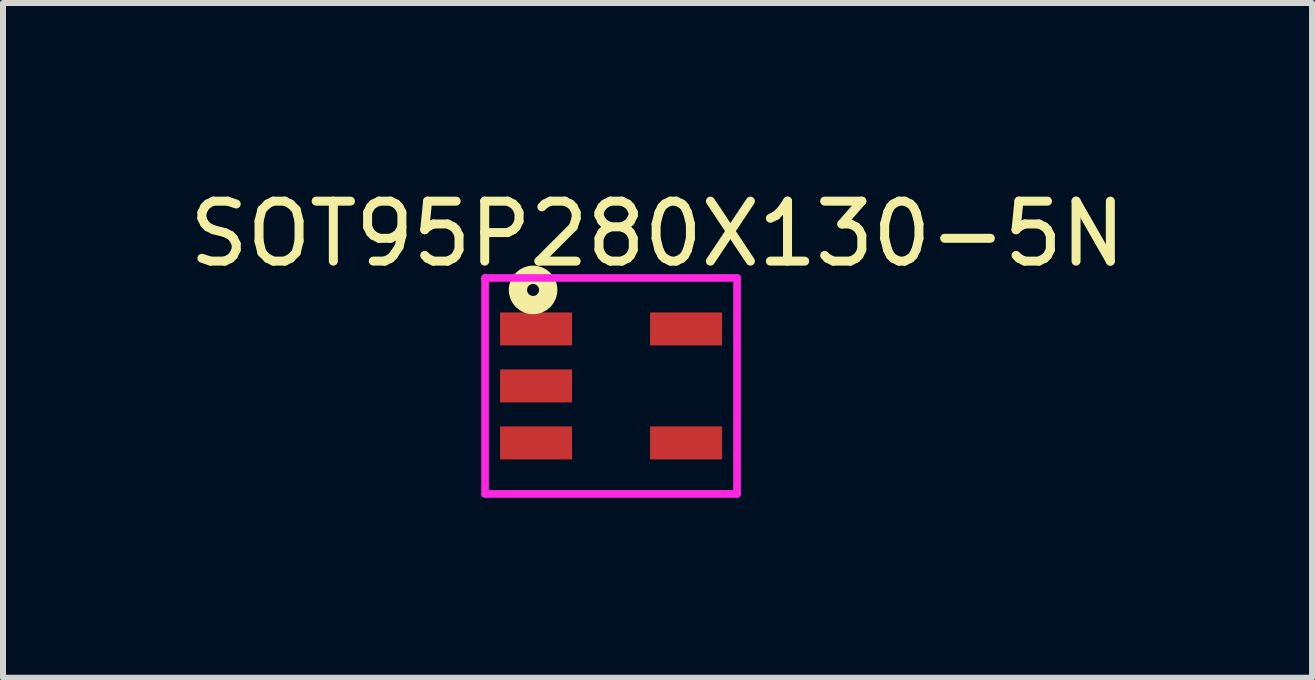
<source format=kicad_pcb>
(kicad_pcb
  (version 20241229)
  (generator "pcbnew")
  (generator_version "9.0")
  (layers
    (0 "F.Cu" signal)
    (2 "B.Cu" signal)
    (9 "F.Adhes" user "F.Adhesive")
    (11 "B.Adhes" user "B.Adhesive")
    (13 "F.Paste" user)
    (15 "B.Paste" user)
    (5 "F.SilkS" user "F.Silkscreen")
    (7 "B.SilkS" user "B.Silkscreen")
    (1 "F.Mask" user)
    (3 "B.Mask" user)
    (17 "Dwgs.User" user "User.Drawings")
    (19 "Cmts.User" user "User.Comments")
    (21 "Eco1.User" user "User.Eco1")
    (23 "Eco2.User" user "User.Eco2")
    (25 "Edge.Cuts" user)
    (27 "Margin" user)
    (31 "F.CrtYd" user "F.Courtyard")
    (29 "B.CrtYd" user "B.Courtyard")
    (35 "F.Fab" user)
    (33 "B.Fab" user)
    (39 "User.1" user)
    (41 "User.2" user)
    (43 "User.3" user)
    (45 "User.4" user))
  (footprint "SOT95P280X130-5N"
    (layer "F.Cu")
    (at 7.136 3.383)
    (property "Reference" "SOT95P280X130-5N" (at 0.775 -2.535 0) (layer "F.SilkS") (effects (font (size 1 1) (thickness 0.15))))
    (attr through_hole)
    (fp_circle (center -1.3 -1.6) (end -1.2 -1.6) (stroke (width 0.305) (type solid)) (fill no) (layer "F.SilkS"))
    (fp_line (start -2.1 -1.8) (end 2.1 -1.8) (stroke (width 0.127) (type solid)) (layer "F.CrtYd"))
    (fp_line (start -2.1 1.8) (end -2.1 -1.8) (stroke (width 0.127) (type solid)) (layer "F.CrtYd"))
    (fp_line (start 2.1 -1.8) (end 2.1 1.8) (stroke (width 0.127) (type solid)) (layer "F.CrtYd"))
    (fp_line (start 2.1 1.8) (end -2.1 1.8) (stroke (width 0.127) (type solid)) (layer "F.CrtYd"))
    (pad "1" smd rect (at -1.25 -0.95) (size 1.2 0.55) (layers "F.Cu" "F.Mask" "F.Paste"))
    (pad "2" smd rect (at -1.25 0) (size 1.2 0.55) (layers "F.Cu" "F.Mask" "F.Paste"))
    (pad "3" smd rect (at -1.25 0.95) (size 1.2 0.55) (layers "F.Cu" "F.Mask" "F.Paste"))
    (pad "4" smd rect (at 1.25 0.95) (size 1.2 0.55) (layers "F.Cu" "F.Mask" "F.Paste"))
    (pad "5" smd rect (at 1.25 -0.95) (size 1.2 0.55) (layers "F.Cu" "F.Mask" "F.Paste")))
  (gr_rect
    (start -3 -3)
    (end 18.821 8.247)
    (stroke (width 0.1) (type default))
    (fill no)
    (layer "Edge.Cuts")))
</source>
